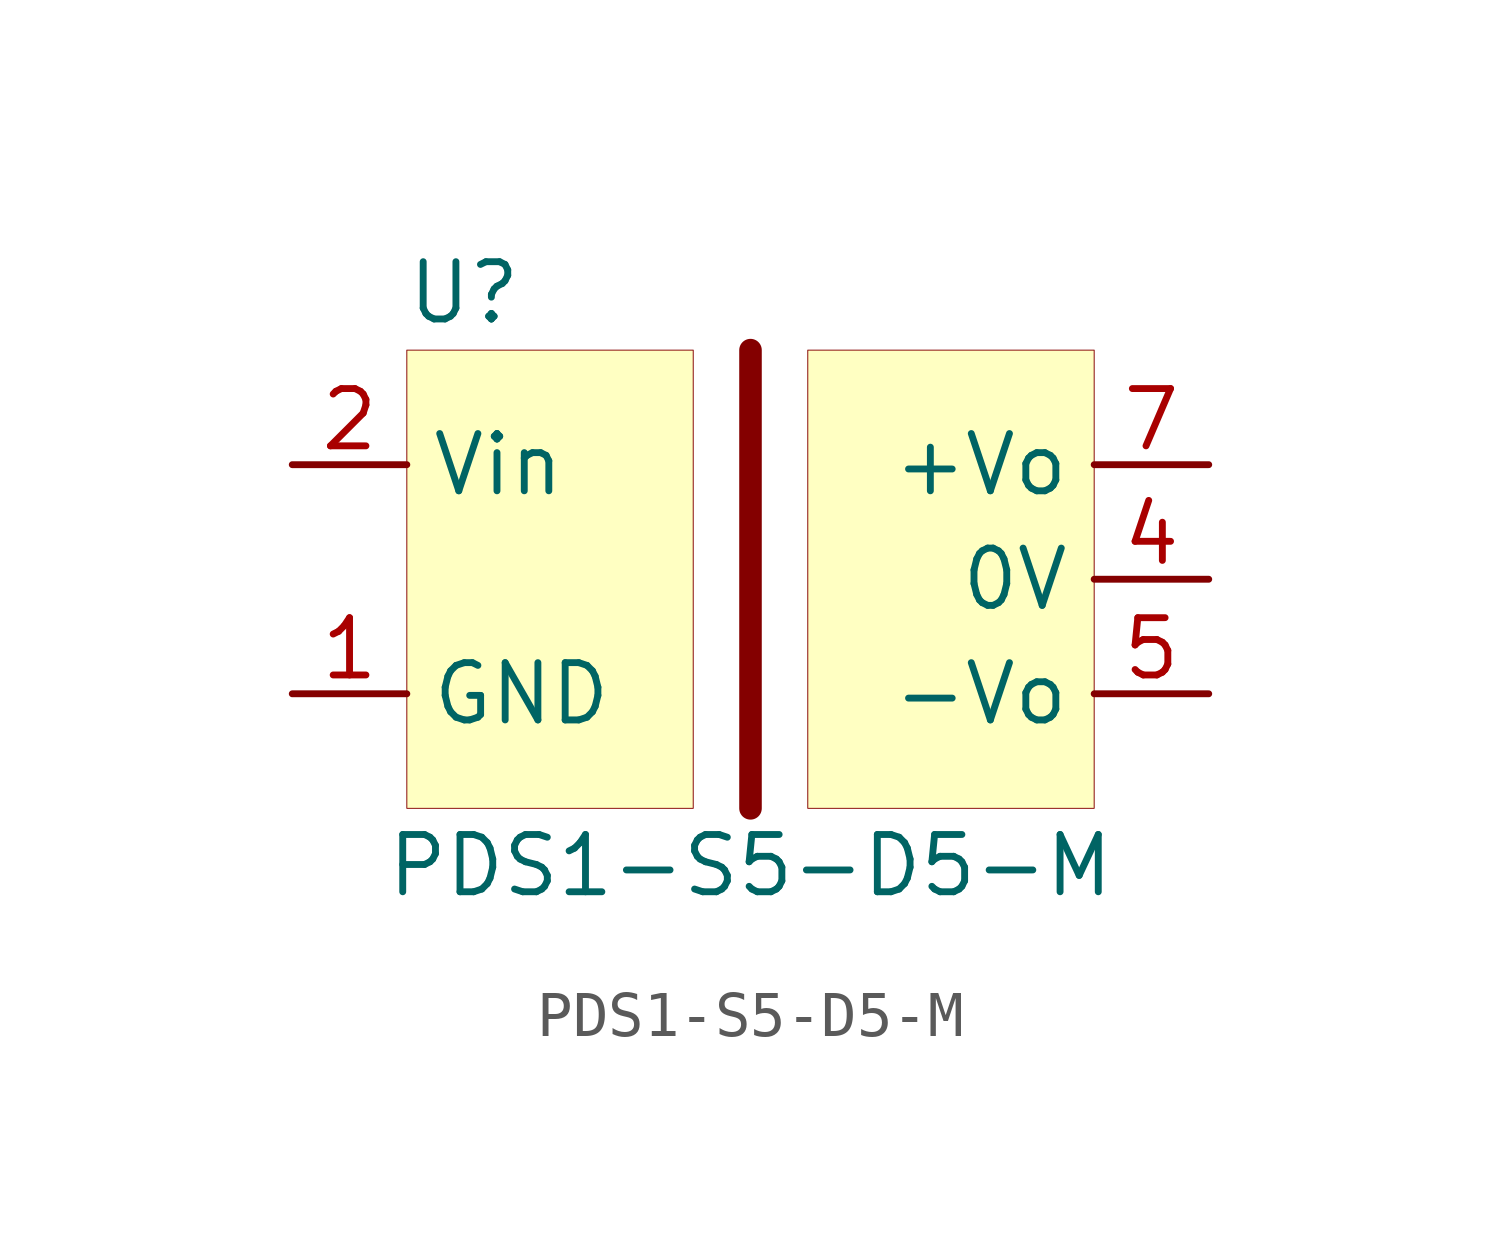
<source format=kicad_sym>
(kicad_symbol_lib
  (version 20200126)
  (host kicad_symbol_editor "(5.99.0-2251-g5226d6b4d)")
  (symbol "PDS1-M:PDS1-S5-D5-M"
    (property "Reference" "U"
      (at -6.35 6.35 0)
      (effects (font (size 1.27 1.27))))
    (property "Value" "PDS1-S5-D5-M"
      (at 0 -6.35 0)
      (effects (font (size 1.27 1.27))))
    (symbol "PDS1-S5-D5-M_0_1"
      (rectangle (start -7.62 5.08) (end -1.27 -5.08) (stroke (width 0.001)) (fill (type background)))
      (rectangle (start 7.62 5.08) (end 1.27 -5.08) (stroke (width 0.001)) (fill (type background)))
      (polyline (pts (xy 0 5.08) (xy 0 -5.08)) (stroke (width 0.5)) (fill (type none))))
    (symbol "PDS1-S5-D5-M_1_1"
      (pin power_in line (at -10.16 2.54 0) (length 2.54) (name "Vin" (effects (font (size 1.27 1.27)))) (number "2" (effects (font (size 1.27 1.27))))))
    (symbol "PDS1-S5-D5-M_0_0"
      (pin power_in line (at -10.16 -2.54 0) (length 2.54) (name "GND" (effects (font (size 1.27 1.27)))) (number "1" (effects (font (size 1.27 1.27)))))
      (pin power_out line (at 10.16 0 180) (length 2.54) (name "0V" (effects (font (size 1.27 1.27)))) (number "4" (effects (font (size 1.27 1.27)))))
      (pin power_out line (at 10.16 -2.54 180) (length 2.54) (name "-Vo" (effects (font (size 1.27 1.27)))) (number "5" (effects (font (size 1.27 1.27)))))
      (pin power_out line (at 10.16 2.54 180) (length 2.54) (name "+Vo" (effects (font (size 1.27 1.27)))) (number "7" (effects (font (size 1.27 1.27))))))))
</source>
